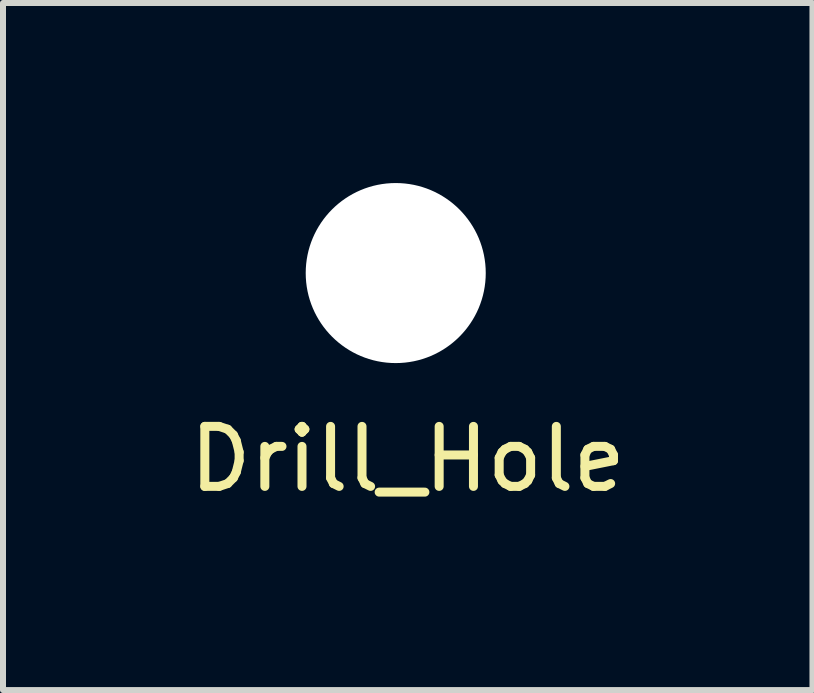
<source format=kicad_pcb>
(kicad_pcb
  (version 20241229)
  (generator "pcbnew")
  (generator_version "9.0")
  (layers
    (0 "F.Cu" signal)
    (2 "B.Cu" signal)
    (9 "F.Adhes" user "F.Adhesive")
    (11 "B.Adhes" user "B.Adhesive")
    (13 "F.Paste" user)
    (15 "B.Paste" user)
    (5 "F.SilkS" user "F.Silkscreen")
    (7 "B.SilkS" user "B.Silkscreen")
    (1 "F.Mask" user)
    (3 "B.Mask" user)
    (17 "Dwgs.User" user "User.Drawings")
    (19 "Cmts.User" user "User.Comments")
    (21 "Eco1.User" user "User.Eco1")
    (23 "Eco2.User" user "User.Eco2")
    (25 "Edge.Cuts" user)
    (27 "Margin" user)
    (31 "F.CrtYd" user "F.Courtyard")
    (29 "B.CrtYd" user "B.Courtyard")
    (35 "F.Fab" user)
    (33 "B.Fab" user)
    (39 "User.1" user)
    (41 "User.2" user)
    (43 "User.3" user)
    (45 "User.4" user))
  (footprint "Drill_Hole"
    (layer "F.Cu")
    (at 3.544 1.5)
    (property "Reference" "Drill_Hole" (at 0.2 3.1 0) (layer "F.SilkS") (effects (font (size 1 1) (thickness 0.15))))
    (attr through_hole)
    (pad "" np_thru_hole circle (at 0 0) (size 3 3) (drill 3) (layers "*.Cu" "*.Mask")))
  (gr_rect
    (start -3 -3)
    (end 10.488 8.448)
    (stroke (width 0.1) (type default))
    (fill no)
    (layer "Edge.Cuts")))
</source>
